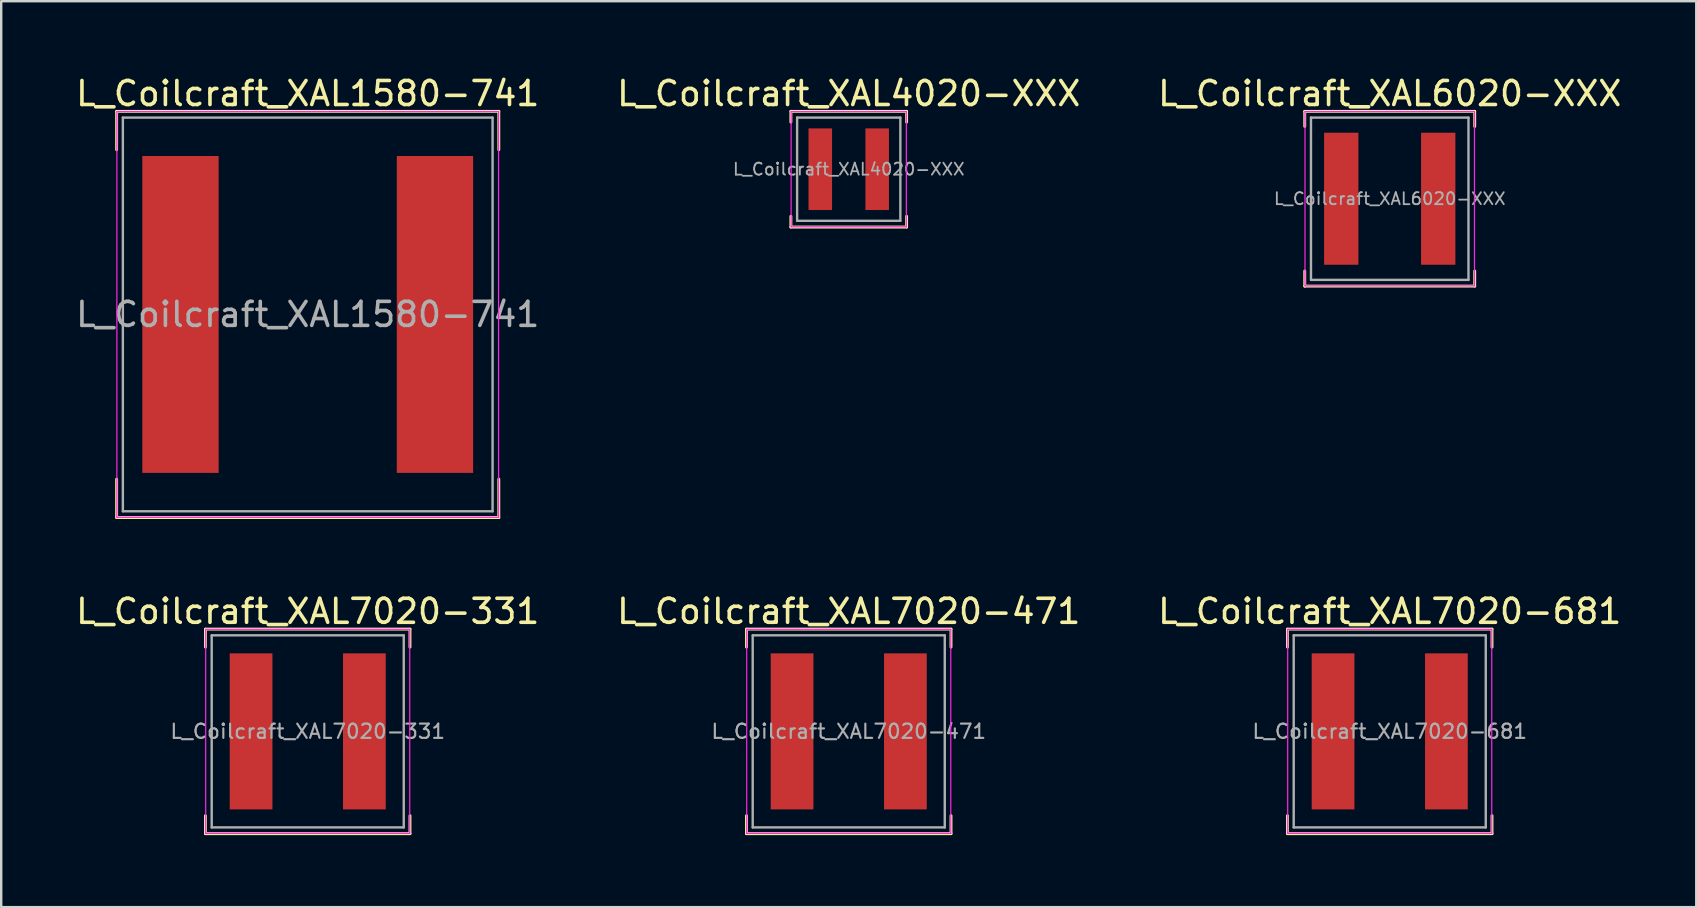
<source format=kicad_pcb>
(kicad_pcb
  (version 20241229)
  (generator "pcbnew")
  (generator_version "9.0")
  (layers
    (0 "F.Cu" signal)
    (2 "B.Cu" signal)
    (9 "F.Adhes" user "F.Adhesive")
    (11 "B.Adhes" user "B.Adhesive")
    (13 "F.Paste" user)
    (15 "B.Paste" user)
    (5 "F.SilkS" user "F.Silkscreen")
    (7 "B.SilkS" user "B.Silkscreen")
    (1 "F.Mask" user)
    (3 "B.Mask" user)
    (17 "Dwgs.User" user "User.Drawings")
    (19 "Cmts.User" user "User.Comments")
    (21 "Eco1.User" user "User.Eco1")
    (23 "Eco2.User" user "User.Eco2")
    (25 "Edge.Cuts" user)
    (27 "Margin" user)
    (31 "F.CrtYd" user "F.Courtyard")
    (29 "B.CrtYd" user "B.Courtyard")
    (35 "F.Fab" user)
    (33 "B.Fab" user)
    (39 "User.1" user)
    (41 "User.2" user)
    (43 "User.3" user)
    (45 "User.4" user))
  (footprint "L_Coilcraft_XAL7020-331"
    (layer "F.Cu")
    (at 9.768 27.416)
    (property "Reference" "L_Coilcraft_XAL7020-331" (at 0 -5 0) (layer "F.SilkS") (effects (font (size 1 1) (thickness 0.15))))
    (attr smd)
    (fp_line (start -4.26 -4.26) (end -4.26 -3.51) (stroke (width 0.12) (type solid)) (layer "F.SilkS"))
    (fp_line (start -4.26 -4.26) (end 4.26 -4.26) (stroke (width 0.12) (type solid)) (layer "F.SilkS"))
    (fp_line (start -4.26 4.26) (end -4.26 3.51) (stroke (width 0.12) (type solid)) (layer "F.SilkS"))
    (fp_line (start -4.26 4.26) (end 4.26 4.26) (stroke (width 0.12) (type solid)) (layer "F.SilkS"))
    (fp_line (start 4.26 -4.26) (end 4.26 -3.51) (stroke (width 0.12) (type solid)) (layer "F.SilkS"))
    (fp_line (start 4.26 4.26) (end 4.26 3.51) (stroke (width 0.12) (type solid)) (layer "F.SilkS"))
    (fp_line (start -4.25 -4.25) (end -4.25 4.25) (stroke (width 0.05) (type solid)) (layer "F.CrtYd"))
    (fp_line (start -4.25 4.25) (end 4.25 4.25) (stroke (width 0.05) (type solid)) (layer "F.CrtYd"))
    (fp_line (start 4.25 -4.25) (end -4.25 -4.25) (stroke (width 0.05) (type solid)) (layer "F.CrtYd"))
    (fp_line (start 4.25 4.25) (end 4.25 -4.25) (stroke (width 0.05) (type solid)) (layer "F.CrtYd"))
    (fp_line (start -4 -4) (end -4 4) (stroke (width 0.1) (type solid)) (layer "F.Fab"))
    (fp_line (start -4 4) (end 4 4) (stroke (width 0.1) (type solid)) (layer "F.Fab"))
    (fp_line (start 4 -4) (end -4 -4) (stroke (width 0.1) (type solid)) (layer "F.Fab"))
    (fp_line (start 4 4) (end 4 -4) (stroke (width 0.1) (type solid)) (layer "F.Fab"))
    (fp_text user "${REFERENCE}" (at 0 0 0) (layer "F.Fab") (effects (font (size 0.593 0.593) (thickness 0.089))))
    (pad "1" smd rect (at -2.36 0) (size 1.78 6.5) (layers "F.Cu" "F.Mask" "F.Paste"))
    (pad "2" smd rect (at 2.36 0) (size 1.78 6.5) (layers "F.Cu" "F.Mask" "F.Paste")))
  (footprint "L_Coilcraft_XAL4020-XXX"
    (layer "F.Cu")
    (at 32.304 3.998)
    (property "Reference" "L_Coilcraft_XAL4020-XXX" (at 0 -3.15 0) (layer "F.SilkS") (effects (font (size 1 1) (thickness 0.15))))
    (attr smd)
    (fp_line (start -2.41 -2.41) (end -2.41 -1.96) (stroke (width 0.12) (type solid)) (layer "F.SilkS"))
    (fp_line (start -2.41 -2.41) (end 2.41 -2.41) (stroke (width 0.12) (type solid)) (layer "F.SilkS"))
    (fp_line (start -2.41 2.41) (end -2.41 1.96) (stroke (width 0.12) (type solid)) (layer "F.SilkS"))
    (fp_line (start -2.41 2.41) (end 2.41 2.41) (stroke (width 0.12) (type solid)) (layer "F.SilkS"))
    (fp_line (start 2.41 -2.41) (end 2.41 -1.96) (stroke (width 0.12) (type solid)) (layer "F.SilkS"))
    (fp_line (start 2.41 2.41) (end 2.41 1.96) (stroke (width 0.12) (type solid)) (layer "F.SilkS"))
    (fp_line (start -2.4 -2.4) (end -2.4 2.4) (stroke (width 0.05) (type solid)) (layer "F.CrtYd"))
    (fp_line (start -2.4 2.4) (end 2.4 2.4) (stroke (width 0.05) (type solid)) (layer "F.CrtYd"))
    (fp_line (start 2.4 -2.4) (end -2.4 -2.4) (stroke (width 0.05) (type solid)) (layer "F.CrtYd"))
    (fp_line (start 2.4 2.4) (end 2.4 -2.4) (stroke (width 0.05) (type solid)) (layer "F.CrtYd"))
    (fp_line (start -2.15 -2.15) (end -2.15 2.15) (stroke (width 0.1) (type solid)) (layer "F.Fab"))
    (fp_line (start -2.15 2.15) (end 2.15 2.15) (stroke (width 0.1) (type solid)) (layer "F.Fab"))
    (fp_line (start 2.15 -2.15) (end -2.15 -2.15) (stroke (width 0.1) (type solid)) (layer "F.Fab"))
    (fp_line (start 2.15 2.15) (end 2.15 -2.15) (stroke (width 0.1) (type solid)) (layer "F.Fab"))
    (fp_text user "${REFERENCE}" (at 0 0 0) (layer "F.Fab") (effects (font (size 0.5 0.5) (thickness 0.075))))
    (pad "1" smd rect (at -1.185 0) (size 0.98 3.4) (layers "F.Cu" "F.Mask" "F.Paste"))
    (pad "2" smd rect (at 1.185 0) (size 0.98 3.4) (layers "F.Cu" "F.Mask" "F.Paste")))
  (footprint "L_Coilcraft_XAL1580-741"
    (layer "F.Cu")
    (at 9.768 10.048)
    (property "Reference" "L_Coilcraft_XAL1580-741" (at 0 -9.2 0) (layer "F.SilkS") (effects (font (size 1 1) (thickness 0.15))))
    (attr smd)
    (fp_line (start -7.96 -8.46) (end -7.96 -6.86) (stroke (width 0.12) (type solid)) (layer "F.SilkS"))
    (fp_line (start -7.96 -8.46) (end 7.96 -8.46) (stroke (width 0.12) (type solid)) (layer "F.SilkS"))
    (fp_line (start -7.96 8.46) (end -7.96 6.86) (stroke (width 0.12) (type solid)) (layer "F.SilkS"))
    (fp_line (start -7.96 8.46) (end 7.96 8.46) (stroke (width 0.12) (type solid)) (layer "F.SilkS"))
    (fp_line (start 7.96 -8.46) (end 7.96 -6.86) (stroke (width 0.12) (type solid)) (layer "F.SilkS"))
    (fp_line (start 7.96 8.46) (end 7.96 6.86) (stroke (width 0.12) (type solid)) (layer "F.SilkS"))
    (fp_line (start -7.95 -8.45) (end -7.95 8.45) (stroke (width 0.05) (type solid)) (layer "F.CrtYd"))
    (fp_line (start -7.95 8.45) (end 7.95 8.45) (stroke (width 0.05) (type solid)) (layer "F.CrtYd"))
    (fp_line (start 7.95 -8.45) (end -7.95 -8.45) (stroke (width 0.05) (type solid)) (layer "F.CrtYd"))
    (fp_line (start 7.95 8.45) (end 7.95 -8.45) (stroke (width 0.05) (type solid)) (layer "F.CrtYd"))
    (fp_line (start -7.7 -8.2) (end -7.7 8.2) (stroke (width 0.1) (type solid)) (layer "F.Fab"))
    (fp_line (start -7.7 8.2) (end 7.7 8.2) (stroke (width 0.1) (type solid)) (layer "F.Fab"))
    (fp_line (start 7.7 -8.2) (end -7.7 -8.2) (stroke (width 0.1) (type solid)) (layer "F.Fab"))
    (fp_line (start 7.7 8.2) (end 7.7 -8.2) (stroke (width 0.1) (type solid)) (layer "F.Fab"))
    (fp_text user "${REFERENCE}" (at 0 0 0) (layer "F.Fab") (effects (font (size 1 1) (thickness 0.15))))
    (pad "1" smd rect (at -5.3 0) (size 3.18 13.2) (layers "F.Cu" "F.Mask" "F.Paste"))
    (pad "2" smd rect (at 5.3 0) (size 3.18 13.2) (layers "F.Cu" "F.Mask" "F.Paste")))
  (footprint "L_Coilcraft_XAL7020-681"
    (layer "F.Cu")
    (at 54.839 27.416)
    (property "Reference" "L_Coilcraft_XAL7020-681" (at 0 -5 0) (layer "F.SilkS") (effects (font (size 1 1) (thickness 0.15))))
    (attr smd)
    (fp_line (start -4.26 -4.26) (end -4.26 -3.51) (stroke (width 0.12) (type solid)) (layer "F.SilkS"))
    (fp_line (start -4.26 -4.26) (end 4.26 -4.26) (stroke (width 0.12) (type solid)) (layer "F.SilkS"))
    (fp_line (start -4.26 4.26) (end -4.26 3.51) (stroke (width 0.12) (type solid)) (layer "F.SilkS"))
    (fp_line (start -4.26 4.26) (end 4.26 4.26) (stroke (width 0.12) (type solid)) (layer "F.SilkS"))
    (fp_line (start 4.26 -4.26) (end 4.26 -3.51) (stroke (width 0.12) (type solid)) (layer "F.SilkS"))
    (fp_line (start 4.26 4.26) (end 4.26 3.51) (stroke (width 0.12) (type solid)) (layer "F.SilkS"))
    (fp_line (start -4.25 -4.25) (end -4.25 4.25) (stroke (width 0.05) (type solid)) (layer "F.CrtYd"))
    (fp_line (start -4.25 4.25) (end 4.25 4.25) (stroke (width 0.05) (type solid)) (layer "F.CrtYd"))
    (fp_line (start 4.25 -4.25) (end -4.25 -4.25) (stroke (width 0.05) (type solid)) (layer "F.CrtYd"))
    (fp_line (start 4.25 4.25) (end 4.25 -4.25) (stroke (width 0.05) (type solid)) (layer "F.CrtYd"))
    (fp_line (start -4 -4) (end -4 4) (stroke (width 0.1) (type solid)) (layer "F.Fab"))
    (fp_line (start -4 4) (end 4 4) (stroke (width 0.1) (type solid)) (layer "F.Fab"))
    (fp_line (start 4 -4) (end -4 -4) (stroke (width 0.1) (type solid)) (layer "F.Fab"))
    (fp_line (start 4 4) (end 4 -4) (stroke (width 0.1) (type solid)) (layer "F.Fab"))
    (fp_text user "${REFERENCE}" (at 0 0 0) (layer "F.Fab") (effects (font (size 0.593 0.593) (thickness 0.089))))
    (pad "1" smd rect (at -2.36 0) (size 1.78 6.5) (layers "F.Cu" "F.Mask" "F.Paste"))
    (pad "2" smd rect (at 2.36 0) (size 1.78 6.5) (layers "F.Cu" "F.Mask" "F.Paste")))
  (footprint "L_Coilcraft_XAL7020-471"
    (layer "F.Cu")
    (at 32.304 27.416)
    (property "Reference" "L_Coilcraft_XAL7020-471" (at 0 -5 0) (layer "F.SilkS") (effects (font (size 1 1) (thickness 0.15))))
    (attr smd)
    (fp_line (start -4.26 -4.26) (end -4.26 -3.51) (stroke (width 0.12) (type solid)) (layer "F.SilkS"))
    (fp_line (start -4.26 -4.26) (end 4.26 -4.26) (stroke (width 0.12) (type solid)) (layer "F.SilkS"))
    (fp_line (start -4.26 4.26) (end -4.26 3.51) (stroke (width 0.12) (type solid)) (layer "F.SilkS"))
    (fp_line (start -4.26 4.26) (end 4.26 4.26) (stroke (width 0.12) (type solid)) (layer "F.SilkS"))
    (fp_line (start 4.26 -4.26) (end 4.26 -3.51) (stroke (width 0.12) (type solid)) (layer "F.SilkS"))
    (fp_line (start 4.26 4.26) (end 4.26 3.51) (stroke (width 0.12) (type solid)) (layer "F.SilkS"))
    (fp_line (start -4.25 -4.25) (end -4.25 4.25) (stroke (width 0.05) (type solid)) (layer "F.CrtYd"))
    (fp_line (start -4.25 4.25) (end 4.25 4.25) (stroke (width 0.05) (type solid)) (layer "F.CrtYd"))
    (fp_line (start 4.25 -4.25) (end -4.25 -4.25) (stroke (width 0.05) (type solid)) (layer "F.CrtYd"))
    (fp_line (start 4.25 4.25) (end 4.25 -4.25) (stroke (width 0.05) (type solid)) (layer "F.CrtYd"))
    (fp_line (start -4 -4) (end -4 4) (stroke (width 0.1) (type solid)) (layer "F.Fab"))
    (fp_line (start -4 4) (end 4 4) (stroke (width 0.1) (type solid)) (layer "F.Fab"))
    (fp_line (start 4 -4) (end -4 -4) (stroke (width 0.1) (type solid)) (layer "F.Fab"))
    (fp_line (start 4 4) (end 4 -4) (stroke (width 0.1) (type solid)) (layer "F.Fab"))
    (fp_text user "${REFERENCE}" (at 0 0 0) (layer "F.Fab") (effects (font (size 0.593 0.593) (thickness 0.089))))
    (pad "1" smd rect (at -2.36 0) (size 1.78 6.5) (layers "F.Cu" "F.Mask" "F.Paste"))
    (pad "2" smd rect (at 2.36 0) (size 1.78 6.5) (layers "F.Cu" "F.Mask" "F.Paste")))
  (footprint "L_Coilcraft_XAL6020-XXX"
    (layer "F.Cu")
    (at 54.839 5.228)
    (property "Reference" "L_Coilcraft_XAL6020-XXX" (at 0 -4.38 0) (layer "F.SilkS") (effects (font (size 1 1) (thickness 0.15))))
    (attr smd)
    (fp_line (start -3.54 -3.64) (end -3.54 -3.01) (stroke (width 0.12) (type solid)) (layer "F.SilkS"))
    (fp_line (start -3.54 -3.64) (end 3.54 -3.64) (stroke (width 0.12) (type solid)) (layer "F.SilkS"))
    (fp_line (start -3.54 3.64) (end -3.54 3.01) (stroke (width 0.12) (type solid)) (layer "F.SilkS"))
    (fp_line (start -3.54 3.64) (end 3.54 3.64) (stroke (width 0.12) (type solid)) (layer "F.SilkS"))
    (fp_line (start 3.54 -3.64) (end 3.54 -3.01) (stroke (width 0.12) (type solid)) (layer "F.SilkS"))
    (fp_line (start 3.54 3.64) (end 3.54 3.01) (stroke (width 0.12) (type solid)) (layer "F.SilkS"))
    (fp_line (start -3.53 -3.63) (end -3.53 3.63) (stroke (width 0.05) (type solid)) (layer "F.CrtYd"))
    (fp_line (start -3.53 3.63) (end 3.53 3.63) (stroke (width 0.05) (type solid)) (layer "F.CrtYd"))
    (fp_line (start 3.53 -3.63) (end -3.53 -3.63) (stroke (width 0.05) (type solid)) (layer "F.CrtYd"))
    (fp_line (start 3.53 3.63) (end 3.53 -3.63) (stroke (width 0.05) (type solid)) (layer "F.CrtYd"))
    (fp_line (start -3.28 -3.38) (end -3.28 3.38) (stroke (width 0.1) (type solid)) (layer "F.Fab"))
    (fp_line (start -3.28 3.38) (end 3.28 3.38) (stroke (width 0.1) (type solid)) (layer "F.Fab"))
    (fp_line (start 3.28 -3.38) (end -3.28 -3.38) (stroke (width 0.1) (type solid)) (layer "F.Fab"))
    (fp_line (start 3.28 3.38) (end 3.28 -3.38) (stroke (width 0.1) (type solid)) (layer "F.Fab"))
    (fp_text user "${REFERENCE}" (at 0 0 0) (layer "F.Fab") (effects (font (size 0.5 0.5) (thickness 0.075))))
    (pad "1" smd rect (at -2.02 0) (size 1.43 5.5) (layers "F.Cu" "F.Mask" "F.Paste"))
    (pad "2" smd rect (at 2.02 0) (size 1.43 5.5) (layers "F.Cu" "F.Mask" "F.Paste")))
  (gr_rect
    (start -3 -3)
    (end 67.607 34.736)
    (stroke (width 0.1) (type default))
    (fill no)
    (layer "Edge.Cuts")))
</source>
